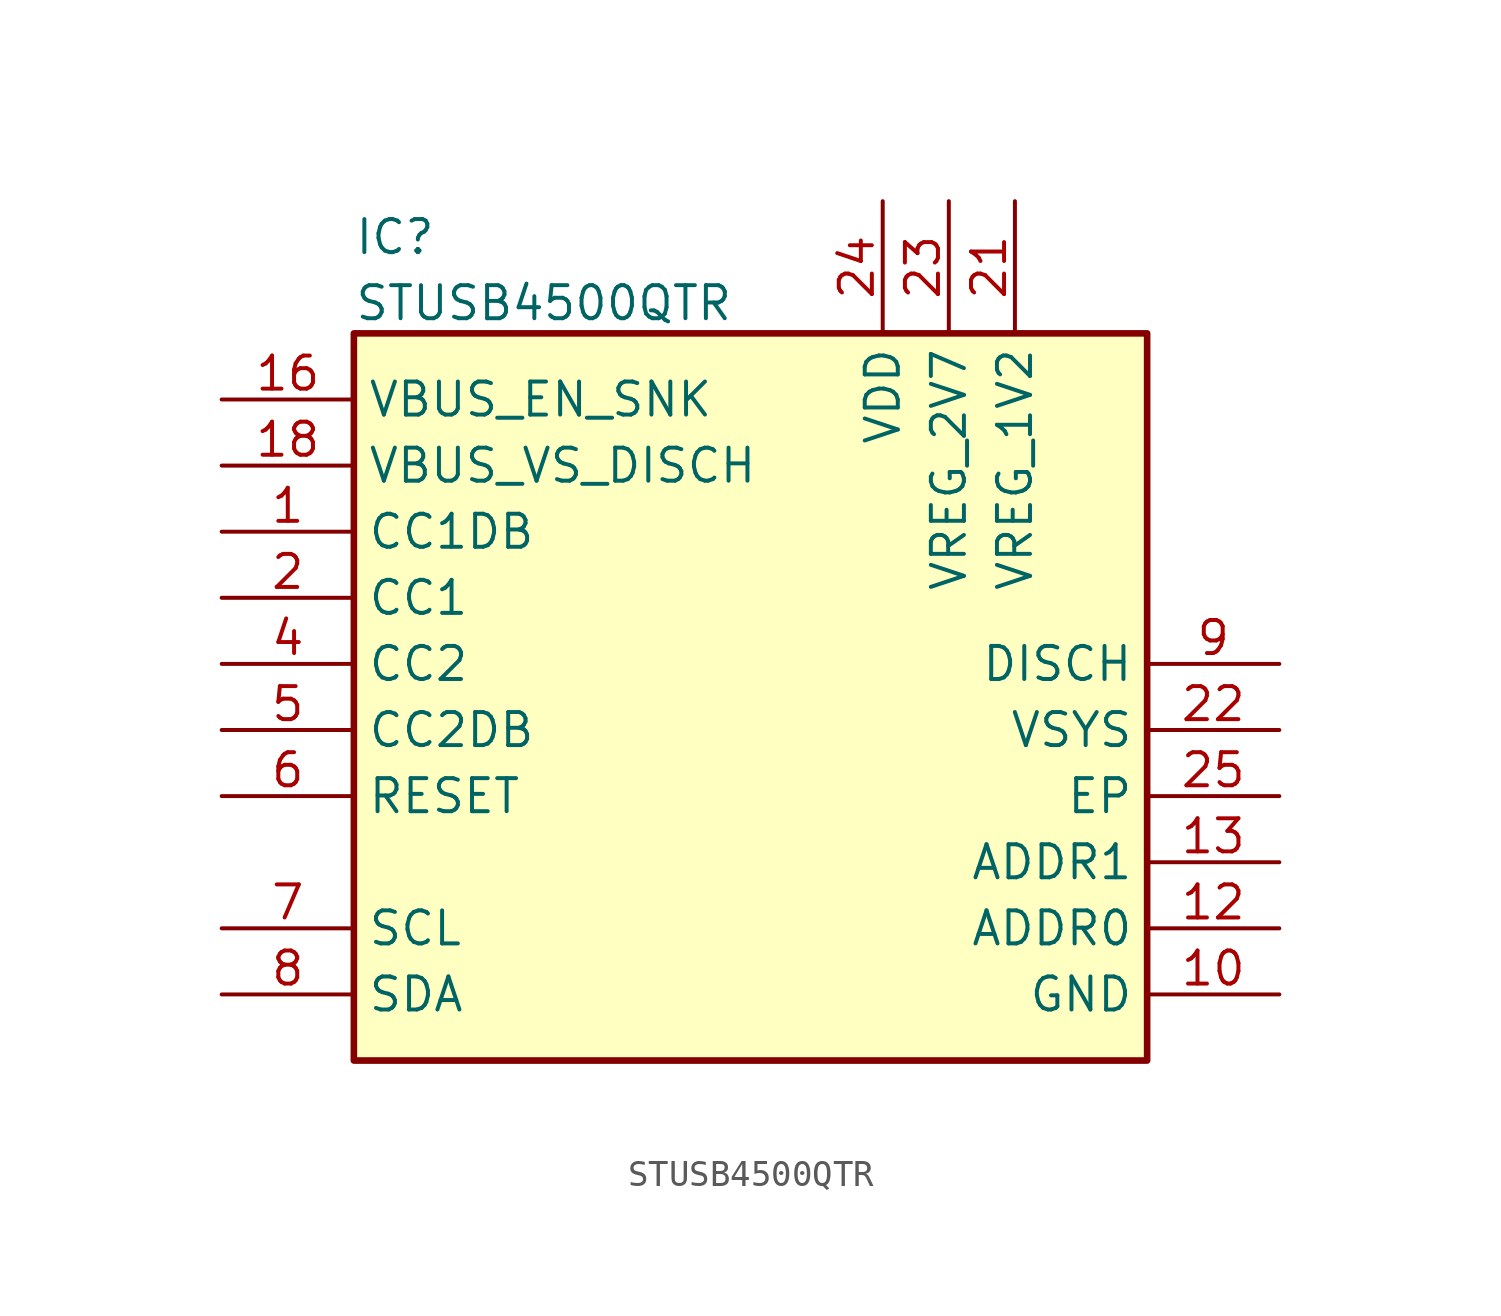
<source format=kicad_sym>
(kicad_symbol_lib
  (version 20220914)
  (generator kicad_symbol_editor)
  (symbol "STUSB4500QTR"
    (property "Reference" "IC"
      (at 5.08 13.335 0)
      (effects (font (size 1.27 1.27)) (justify left top)))
    (property "Value" "STUSB4500QTR"
      (at 5.08 10.795 0)
      (effects (font (size 1.27 1.27)) (justify left top)))
    (symbol "STUSB4500QTR_1_1"
      (rectangle (start 5.08 8.89) (end 35.56 -19.05) (stroke (width 0.254) (type default)) (fill (type background)))
      (pin passive line (at 0 1.27 0) (length 5.08) (name "CC1DB" (effects (font (size 1.27 1.27)))) (number "1" (effects (font (size 1.27 1.27)))))
      (pin passive line (at 40.64 -16.51 180) (length 5.08) (name "GND" (effects (font (size 1.27 1.27)))) (number "10" (effects (font (size 1.27 1.27)))))
      (pin passive line (at 40.64 -13.97 180) (length 5.08) (name "ADDR0" (effects (font (size 1.27 1.27)))) (number "12" (effects (font (size 1.27 1.27)))))
      (pin passive line (at 40.64 -11.43 180) (length 5.08) (name "ADDR1" (effects (font (size 1.27 1.27)))) (number "13" (effects (font (size 1.27 1.27)))))
      (pin passive line (at 0 6.35 0) (length 5.08) (name "VBUS_EN_SNK" (effects (font (size 1.27 1.27)))) (number "16" (effects (font (size 1.27 1.27)))))
      (pin passive line (at 0 3.81 0) (length 5.08) (name "VBUS_VS_DISCH" (effects (font (size 1.27 1.27)))) (number "18" (effects (font (size 1.27 1.27)))))
      (pin passive line (at 0 -1.27 0) (length 5.08) (name "CC1" (effects (font (size 1.27 1.27)))) (number "2" (effects (font (size 1.27 1.27)))))
      (pin passive line (at 30.48 13.97 270) (length 5.08) (name "VREG_1V2" (effects (font (size 1.27 1.27)))) (number "21" (effects (font (size 1.27 1.27)))))
      (pin passive line (at 40.64 -6.35 180) (length 5.08) (name "VSYS" (effects (font (size 1.27 1.27)))) (number "22" (effects (font (size 1.27 1.27)))))
      (pin passive line (at 27.94 13.97 270) (length 5.08) (name "VREG_2V7" (effects (font (size 1.27 1.27)))) (number "23" (effects (font (size 1.27 1.27)))))
      (pin passive line (at 25.4 13.97 270) (length 5.08) (name "VDD" (effects (font (size 1.27 1.27)))) (number "24" (effects (font (size 1.27 1.27)))))
      (pin passive line (at 40.64 -8.89 180) (length 5.08) (name "EP" (effects (font (size 1.27 1.27)))) (number "25" (effects (font (size 1.27 1.27)))))
      (pin passive line (at 0 -3.81 0) (length 5.08) (name "CC2" (effects (font (size 1.27 1.27)))) (number "4" (effects (font (size 1.27 1.27)))))
      (pin passive line (at 0 -6.35 0) (length 5.08) (name "CC2DB" (effects (font (size 1.27 1.27)))) (number "5" (effects (font (size 1.27 1.27)))))
      (pin passive line (at 0 -8.89 0) (length 5.08) (name "RESET" (effects (font (size 1.27 1.27)))) (number "6" (effects (font (size 1.27 1.27)))))
      (pin passive line (at 0 -13.97 0) (length 5.08) (name "SCL" (effects (font (size 1.27 1.27)))) (number "7" (effects (font (size 1.27 1.27)))))
      (pin passive line (at 0 -16.51 0) (length 5.08) (name "SDA" (effects (font (size 1.27 1.27)))) (number "8" (effects (font (size 1.27 1.27)))))
      (pin passive line (at 40.64 -3.81 180) (length 5.08) (name "DISCH" (effects (font (size 1.27 1.27)))) (number "9" (effects (font (size 1.27 1.27))))))))
</source>
